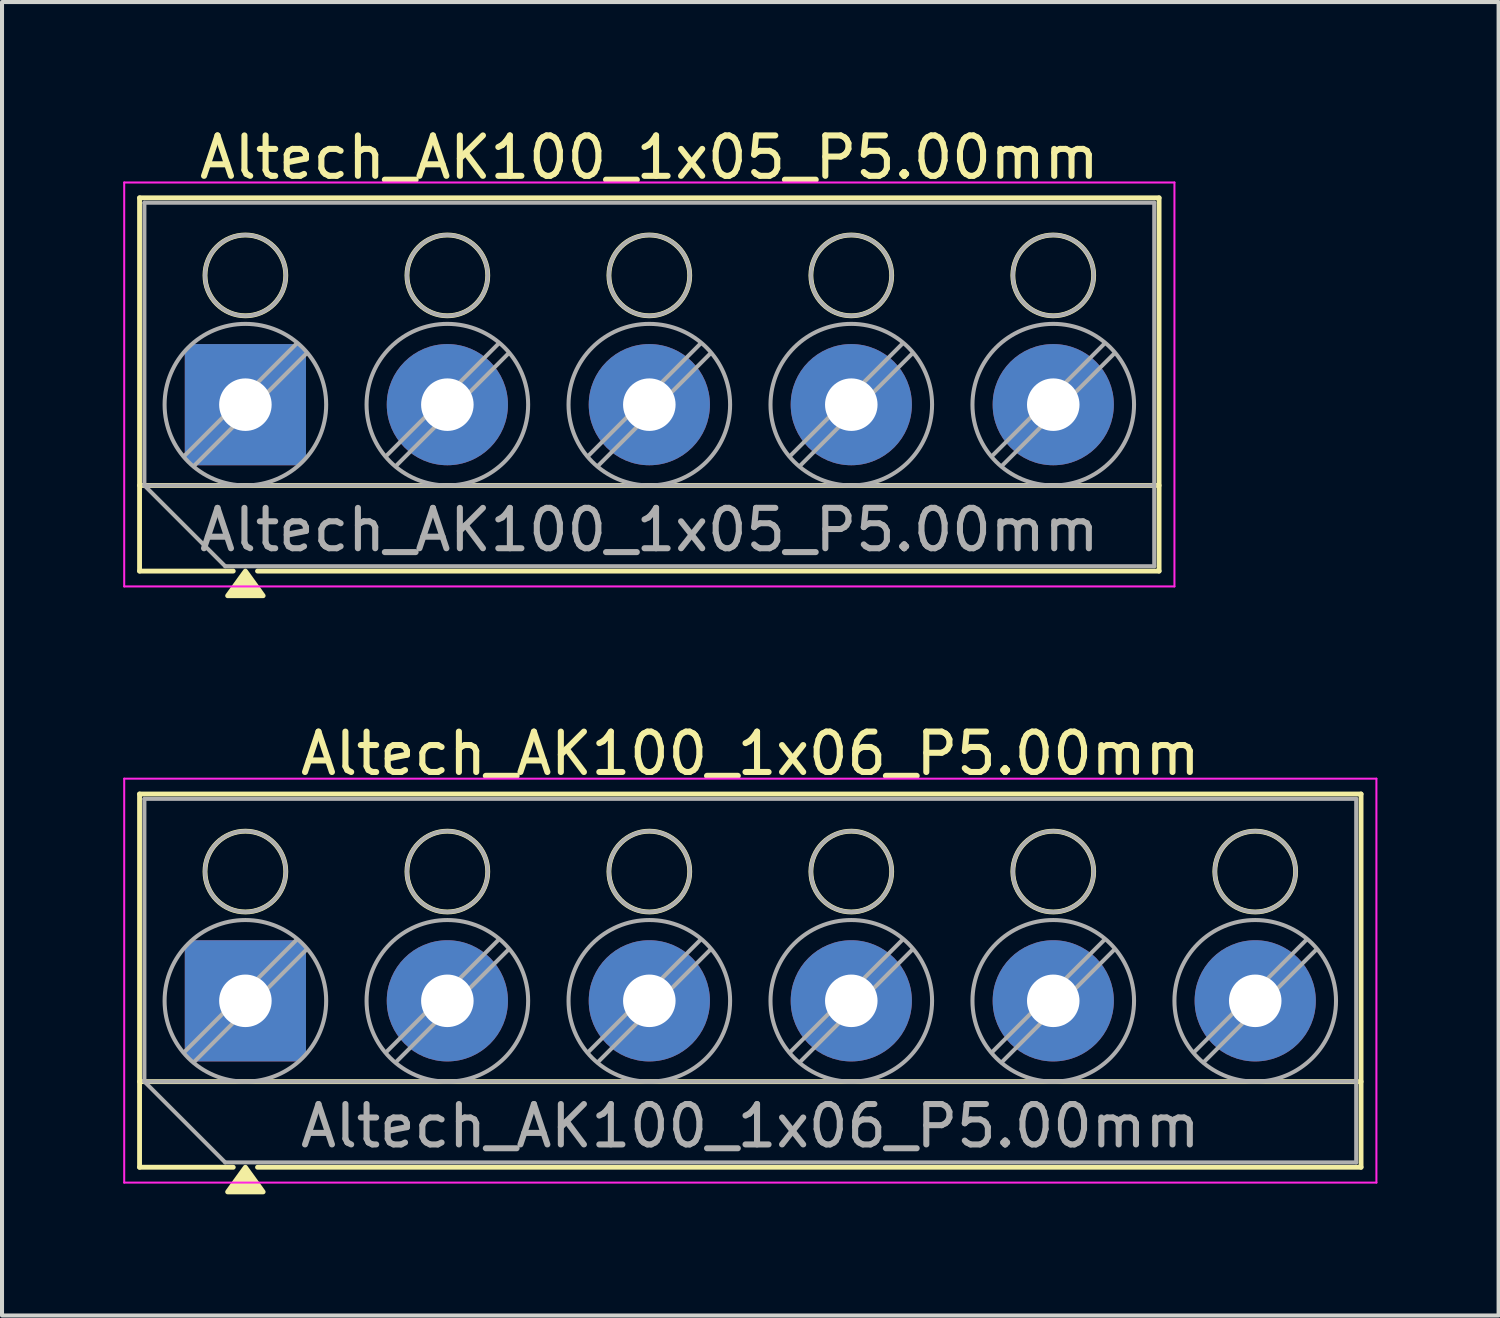
<source format=kicad_pcb>
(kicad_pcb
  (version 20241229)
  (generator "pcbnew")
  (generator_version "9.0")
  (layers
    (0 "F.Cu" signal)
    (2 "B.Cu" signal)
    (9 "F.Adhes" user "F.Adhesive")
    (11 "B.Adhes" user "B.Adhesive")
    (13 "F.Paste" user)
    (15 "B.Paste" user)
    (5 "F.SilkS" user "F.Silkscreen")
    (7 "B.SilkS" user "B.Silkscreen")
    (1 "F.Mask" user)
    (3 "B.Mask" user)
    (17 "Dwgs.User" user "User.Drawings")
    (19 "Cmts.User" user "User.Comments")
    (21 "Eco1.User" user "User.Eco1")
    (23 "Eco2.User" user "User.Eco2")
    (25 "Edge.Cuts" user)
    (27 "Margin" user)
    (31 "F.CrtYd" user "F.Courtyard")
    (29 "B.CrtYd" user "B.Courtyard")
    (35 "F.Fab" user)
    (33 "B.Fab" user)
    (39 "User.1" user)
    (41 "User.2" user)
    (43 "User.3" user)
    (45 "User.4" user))
  (footprint "Altech_AK100_1x05_P5.00mm"
    (layer "F.Cu")
    (at 3.025 6.968)
    (property "Reference" "Altech_AK100_1x05_P5.00mm" (at 10 -6.12 0) (layer "F.SilkS") (effects (font (size 1 1) (thickness 0.15))))
    (attr through_hole)
    (fp_line (start -2.62 -5.12) (end 22.62 -5.12) (stroke (width 0.12) (type solid)) (layer "F.SilkS"))
    (fp_line (start -2.62 2) (end 22.62 2) (stroke (width 0.12) (type solid)) (layer "F.SilkS"))
    (fp_line (start -2.62 4.12) (end -2.62 -5.12) (stroke (width 0.12) (type solid)) (layer "F.SilkS"))
    (fp_line (start -0.3 4.12) (end -2.62 4.12) (stroke (width 0.12) (type solid)) (layer "F.SilkS"))
    (fp_line (start 22.62 -5.12) (end 22.62 4.12) (stroke (width 0.12) (type solid)) (layer "F.SilkS"))
    (fp_line (start 22.62 4.12) (end 0.3 4.12) (stroke (width 0.12) (type solid)) (layer "F.SilkS"))
    (fp_circle (center 0 -3.2) (end 1 -3.2) (stroke (width 0.12) (type solid)) (fill no) (layer "F.SilkS"))
    (fp_circle (center 5 -3.2) (end 6 -3.2) (stroke (width 0.12) (type solid)) (fill no) (layer "F.SilkS"))
    (fp_circle (center 10 -3.2) (end 11 -3.2) (stroke (width 0.12) (type solid)) (fill no) (layer "F.SilkS"))
    (fp_circle (center 15 -3.2) (end 16 -3.2) (stroke (width 0.12) (type solid)) (fill no) (layer "F.SilkS"))
    (fp_circle (center 20 -3.2) (end 21 -3.2) (stroke (width 0.12) (type solid)) (fill no) (layer "F.SilkS"))
    (fp_poly (pts (xy 0 4.12) (xy 0.44 4.73) (xy -0.44 4.73)) (stroke (width 0.12) (type solid)) (fill yes) (layer "F.SilkS"))
    (fp_line (start -3 -5.5) (end -3 4.5) (stroke (width 0.05) (type solid)) (layer "F.CrtYd"))
    (fp_line (start -3 4.5) (end 23 4.5) (stroke (width 0.05) (type solid)) (layer "F.CrtYd"))
    (fp_line (start 23 -5.5) (end -3 -5.5) (stroke (width 0.05) (type solid)) (layer "F.CrtYd"))
    (fp_line (start 23 4.5) (end 23 -5.5) (stroke (width 0.05) (type solid)) (layer "F.CrtYd"))
    (fp_line (start -2.5 -5) (end 22.5 -5) (stroke (width 0.1) (type solid)) (layer "F.Fab"))
    (fp_line (start -2.5 2) (end -2.5 -5) (stroke (width 0.1) (type solid)) (layer "F.Fab"))
    (fp_line (start -2.5 2) (end 22.5 2) (stroke (width 0.1) (type solid)) (layer "F.Fab"))
    (fp_line (start -0.5 4) (end -2.5 2) (stroke (width 0.1) (type solid)) (layer "F.Fab"))
    (fp_line (start 1.273 -1.517) (end -1.517 1.273) (stroke (width 0.1) (type solid)) (layer "F.Fab"))
    (fp_line (start 1.517 -1.273) (end -1.273 1.517) (stroke (width 0.1) (type solid)) (layer "F.Fab"))
    (fp_line (start 6.273 -1.517) (end 3.483 1.273) (stroke (width 0.1) (type solid)) (layer "F.Fab"))
    (fp_line (start 6.517 -1.273) (end 3.727 1.517) (stroke (width 0.1) (type solid)) (layer "F.Fab"))
    (fp_line (start 11.273 -1.517) (end 8.483 1.273) (stroke (width 0.1) (type solid)) (layer "F.Fab"))
    (fp_line (start 11.517 -1.273) (end 8.727 1.517) (stroke (width 0.1) (type solid)) (layer "F.Fab"))
    (fp_line (start 16.273 -1.517) (end 13.483 1.273) (stroke (width 0.1) (type solid)) (layer "F.Fab"))
    (fp_line (start 16.517 -1.273) (end 13.727 1.517) (stroke (width 0.1) (type solid)) (layer "F.Fab"))
    (fp_line (start 21.273 -1.517) (end 18.483 1.273) (stroke (width 0.1) (type solid)) (layer "F.Fab"))
    (fp_line (start 21.517 -1.273) (end 18.727 1.517) (stroke (width 0.1) (type solid)) (layer "F.Fab"))
    (fp_line (start 22.5 -5) (end 22.5 4) (stroke (width 0.1) (type solid)) (layer "F.Fab"))
    (fp_line (start 22.5 4) (end -0.5 4) (stroke (width 0.1) (type solid)) (layer "F.Fab"))
    (fp_circle (center 0 -3.2) (end 1 -3.2) (stroke (width 0.1) (type solid)) (fill no) (layer "F.Fab"))
    (fp_circle (center 0 0) (end 2 0) (stroke (width 0.1) (type solid)) (fill no) (layer "F.Fab"))
    (fp_circle (center 5 -3.2) (end 6 -3.2) (stroke (width 0.1) (type solid)) (fill no) (layer "F.Fab"))
    (fp_circle (center 5 0) (end 7 0) (stroke (width 0.1) (type solid)) (fill no) (layer "F.Fab"))
    (fp_circle (center 10 -3.2) (end 11 -3.2) (stroke (width 0.1) (type solid)) (fill no) (layer "F.Fab"))
    (fp_circle (center 10 0) (end 12 0) (stroke (width 0.1) (type solid)) (fill no) (layer "F.Fab"))
    (fp_circle (center 15 -3.2) (end 16 -3.2) (stroke (width 0.1) (type solid)) (fill no) (layer "F.Fab"))
    (fp_circle (center 15 0) (end 17 0) (stroke (width 0.1) (type solid)) (fill no) (layer "F.Fab"))
    (fp_circle (center 20 -3.2) (end 21 -3.2) (stroke (width 0.1) (type solid)) (fill no) (layer "F.Fab"))
    (fp_circle (center 20 0) (end 22 0) (stroke (width 0.1) (type solid)) (fill no) (layer "F.Fab"))
    (fp_text user "${REFERENCE}" (at 10 3.1 0) (layer "F.Fab") (effects (font (size 1 1) (thickness 0.15))))
    (pad "1" thru_hole roundrect (at 0 0) (size 3 3) (drill 1.3) (layers "*.Cu" "*.Mask") (roundrect_rratio 0.083))
    (pad "2" thru_hole circle (at 5 0) (size 3 3) (drill 1.3) (layers "*.Cu" "*.Mask"))
    (pad "3" thru_hole circle (at 10 0) (size 3 3) (drill 1.3) (layers "*.Cu" "*.Mask"))
    (pad "4" thru_hole circle (at 15 0) (size 3 3) (drill 1.3) (layers "*.Cu" "*.Mask"))
    (pad "5" thru_hole circle (at 20 0) (size 3 3) (drill 1.3) (layers "*.Cu" "*.Mask")))
  (footprint "Altech_AK100_1x06_P5.00mm"
    (layer "F.Cu")
    (at 3.025 21.727)
    (property "Reference" "Altech_AK100_1x06_P5.00mm" (at 12.5 -6.12 0) (layer "F.SilkS") (effects (font (size 1 1) (thickness 0.15))))
    (attr through_hole)
    (fp_line (start -2.62 -5.12) (end 27.62 -5.12) (stroke (width 0.12) (type solid)) (layer "F.SilkS"))
    (fp_line (start -2.62 2) (end 27.62 2) (stroke (width 0.12) (type solid)) (layer "F.SilkS"))
    (fp_line (start -2.62 4.12) (end -2.62 -5.12) (stroke (width 0.12) (type solid)) (layer "F.SilkS"))
    (fp_line (start -0.3 4.12) (end -2.62 4.12) (stroke (width 0.12) (type solid)) (layer "F.SilkS"))
    (fp_line (start 27.62 -5.12) (end 27.62 4.12) (stroke (width 0.12) (type solid)) (layer "F.SilkS"))
    (fp_line (start 27.62 4.12) (end 0.3 4.12) (stroke (width 0.12) (type solid)) (layer "F.SilkS"))
    (fp_circle (center 0 -3.2) (end 1 -3.2) (stroke (width 0.12) (type solid)) (fill no) (layer "F.SilkS"))
    (fp_circle (center 5 -3.2) (end 6 -3.2) (stroke (width 0.12) (type solid)) (fill no) (layer "F.SilkS"))
    (fp_circle (center 10 -3.2) (end 11 -3.2) (stroke (width 0.12) (type solid)) (fill no) (layer "F.SilkS"))
    (fp_circle (center 15 -3.2) (end 16 -3.2) (stroke (width 0.12) (type solid)) (fill no) (layer "F.SilkS"))
    (fp_circle (center 20 -3.2) (end 21 -3.2) (stroke (width 0.12) (type solid)) (fill no) (layer "F.SilkS"))
    (fp_circle (center 25 -3.2) (end 26 -3.2) (stroke (width 0.12) (type solid)) (fill no) (layer "F.SilkS"))
    (fp_poly (pts (xy 0 4.12) (xy 0.44 4.73) (xy -0.44 4.73)) (stroke (width 0.12) (type solid)) (fill yes) (layer "F.SilkS"))
    (fp_line (start -3 -5.5) (end -3 4.5) (stroke (width 0.05) (type solid)) (layer "F.CrtYd"))
    (fp_line (start -3 4.5) (end 28 4.5) (stroke (width 0.05) (type solid)) (layer "F.CrtYd"))
    (fp_line (start 28 -5.5) (end -3 -5.5) (stroke (width 0.05) (type solid)) (layer "F.CrtYd"))
    (fp_line (start 28 4.5) (end 28 -5.5) (stroke (width 0.05) (type solid)) (layer "F.CrtYd"))
    (fp_line (start -2.5 -5) (end 27.5 -5) (stroke (width 0.1) (type solid)) (layer "F.Fab"))
    (fp_line (start -2.5 2) (end -2.5 -5) (stroke (width 0.1) (type solid)) (layer "F.Fab"))
    (fp_line (start -2.5 2) (end 27.5 2) (stroke (width 0.1) (type solid)) (layer "F.Fab"))
    (fp_line (start -0.5 4) (end -2.5 2) (stroke (width 0.1) (type solid)) (layer "F.Fab"))
    (fp_line (start 1.273 -1.517) (end -1.517 1.273) (stroke (width 0.1) (type solid)) (layer "F.Fab"))
    (fp_line (start 1.517 -1.273) (end -1.273 1.517) (stroke (width 0.1) (type solid)) (layer "F.Fab"))
    (fp_line (start 6.273 -1.517) (end 3.483 1.273) (stroke (width 0.1) (type solid)) (layer "F.Fab"))
    (fp_line (start 6.517 -1.273) (end 3.727 1.517) (stroke (width 0.1) (type solid)) (layer "F.Fab"))
    (fp_line (start 11.273 -1.517) (end 8.483 1.273) (stroke (width 0.1) (type solid)) (layer "F.Fab"))
    (fp_line (start 11.517 -1.273) (end 8.727 1.517) (stroke (width 0.1) (type solid)) (layer "F.Fab"))
    (fp_line (start 16.273 -1.517) (end 13.483 1.273) (stroke (width 0.1) (type solid)) (layer "F.Fab"))
    (fp_line (start 16.517 -1.273) (end 13.727 1.517) (stroke (width 0.1) (type solid)) (layer "F.Fab"))
    (fp_line (start 21.273 -1.517) (end 18.483 1.273) (stroke (width 0.1) (type solid)) (layer "F.Fab"))
    (fp_line (start 21.517 -1.273) (end 18.727 1.517) (stroke (width 0.1) (type solid)) (layer "F.Fab"))
    (fp_line (start 26.273 -1.517) (end 23.483 1.273) (stroke (width 0.1) (type solid)) (layer "F.Fab"))
    (fp_line (start 26.517 -1.273) (end 23.727 1.517) (stroke (width 0.1) (type solid)) (layer "F.Fab"))
    (fp_line (start 27.5 -5) (end 27.5 4) (stroke (width 0.1) (type solid)) (layer "F.Fab"))
    (fp_line (start 27.5 4) (end -0.5 4) (stroke (width 0.1) (type solid)) (layer "F.Fab"))
    (fp_circle (center 0 -3.2) (end 1 -3.2) (stroke (width 0.1) (type solid)) (fill no) (layer "F.Fab"))
    (fp_circle (center 0 0) (end 2 0) (stroke (width 0.1) (type solid)) (fill no) (layer "F.Fab"))
    (fp_circle (center 5 -3.2) (end 6 -3.2) (stroke (width 0.1) (type solid)) (fill no) (layer "F.Fab"))
    (fp_circle (center 5 0) (end 7 0) (stroke (width 0.1) (type solid)) (fill no) (layer "F.Fab"))
    (fp_circle (center 10 -3.2) (end 11 -3.2) (stroke (width 0.1) (type solid)) (fill no) (layer "F.Fab"))
    (fp_circle (center 10 0) (end 12 0) (stroke (width 0.1) (type solid)) (fill no) (layer "F.Fab"))
    (fp_circle (center 15 -3.2) (end 16 -3.2) (stroke (width 0.1) (type solid)) (fill no) (layer "F.Fab"))
    (fp_circle (center 15 0) (end 17 0) (stroke (width 0.1) (type solid)) (fill no) (layer "F.Fab"))
    (fp_circle (center 20 -3.2) (end 21 -3.2) (stroke (width 0.1) (type solid)) (fill no) (layer "F.Fab"))
    (fp_circle (center 20 0) (end 22 0) (stroke (width 0.1) (type solid)) (fill no) (layer "F.Fab"))
    (fp_circle (center 25 -3.2) (end 26 -3.2) (stroke (width 0.1) (type solid)) (fill no) (layer "F.Fab"))
    (fp_circle (center 25 0) (end 27 0) (stroke (width 0.1) (type solid)) (fill no) (layer "F.Fab"))
    (fp_text user "${REFERENCE}" (at 12.5 3.1 0) (layer "F.Fab") (effects (font (size 1 1) (thickness 0.15))))
    (pad "1" thru_hole roundrect (at 0 0) (size 3 3) (drill 1.3) (layers "*.Cu" "*.Mask") (roundrect_rratio 0.083))
    (pad "2" thru_hole circle (at 5 0) (size 3 3) (drill 1.3) (layers "*.Cu" "*.Mask"))
    (pad "3" thru_hole circle (at 10 0) (size 3 3) (drill 1.3) (layers "*.Cu" "*.Mask"))
    (pad "4" thru_hole circle (at 15 0) (size 3 3) (drill 1.3) (layers "*.Cu" "*.Mask"))
    (pad "5" thru_hole circle (at 20 0) (size 3 3) (drill 1.3) (layers "*.Cu" "*.Mask"))
    (pad "6" thru_hole circle (at 25 0) (size 3 3) (drill 1.3) (layers "*.Cu" "*.Mask")))
  (gr_rect
    (start -3 -3)
    (end 34.05 29.517)
    (stroke (width 0.1) (type default))
    (fill no)
    (layer "Edge.Cuts")))
</source>
